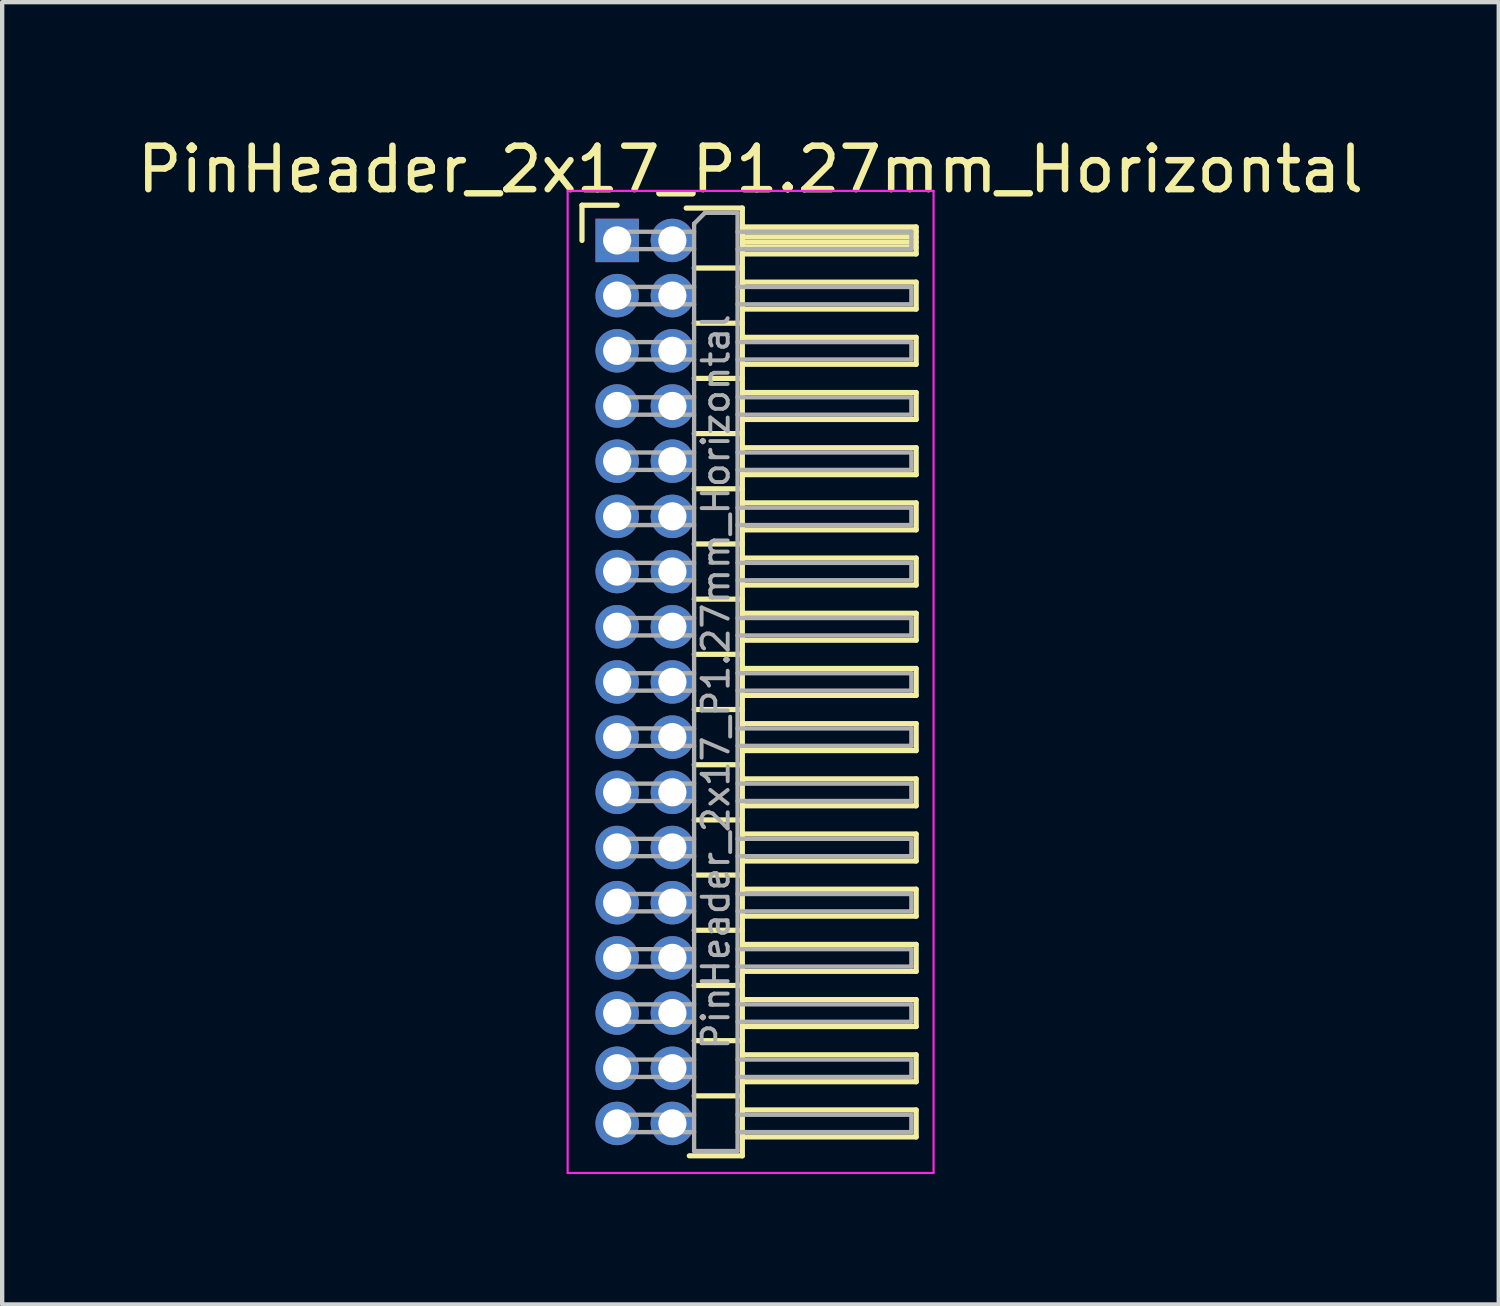
<source format=kicad_pcb>
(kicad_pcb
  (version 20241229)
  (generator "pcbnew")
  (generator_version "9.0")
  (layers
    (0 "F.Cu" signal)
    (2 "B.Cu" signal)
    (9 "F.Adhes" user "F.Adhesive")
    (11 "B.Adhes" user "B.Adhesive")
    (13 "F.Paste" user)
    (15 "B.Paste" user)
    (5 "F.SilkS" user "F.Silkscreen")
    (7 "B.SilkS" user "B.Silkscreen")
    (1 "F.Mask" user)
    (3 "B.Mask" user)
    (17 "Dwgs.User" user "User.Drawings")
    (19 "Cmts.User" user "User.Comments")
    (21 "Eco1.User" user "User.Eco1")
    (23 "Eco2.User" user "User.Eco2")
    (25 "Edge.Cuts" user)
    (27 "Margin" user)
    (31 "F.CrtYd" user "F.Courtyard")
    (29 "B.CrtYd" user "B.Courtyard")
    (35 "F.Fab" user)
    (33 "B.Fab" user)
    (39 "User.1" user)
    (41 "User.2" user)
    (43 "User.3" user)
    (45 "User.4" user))
  (footprint "PinHeader_2x17_P1.27mm_Horizontal"
    (layer "F.Cu")
    (at 11.153 2.483)
    (property "Reference" "PinHeader_2x17_P1.27mm_Horizontal" (at 3.067 -1.635 0) (layer "F.SilkS") (effects (font (size 1 1) (thickness 0.15))))
    (attr through_hole)
    (fp_line (start -0.81 -0.81) (end 0 -0.81) (stroke (width 0.12) (type solid)) (layer "F.SilkS"))
    (fp_line (start -0.81 0) (end -0.81 -0.81) (stroke (width 0.12) (type solid)) (layer "F.SilkS"))
    (fp_line (start 1.588 -0.745) (end 2.88 -0.745) (stroke (width 0.12) (type solid)) (layer "F.SilkS"))
    (fp_line (start 1.773 0.635) (end 2.88 0.635) (stroke (width 0.12) (type solid)) (layer "F.SilkS"))
    (fp_line (start 1.773 1.905) (end 2.88 1.905) (stroke (width 0.12) (type solid)) (layer "F.SilkS"))
    (fp_line (start 1.773 3.175) (end 2.88 3.175) (stroke (width 0.12) (type solid)) (layer "F.SilkS"))
    (fp_line (start 1.773 4.445) (end 2.88 4.445) (stroke (width 0.12) (type solid)) (layer "F.SilkS"))
    (fp_line (start 1.773 5.715) (end 2.88 5.715) (stroke (width 0.12) (type solid)) (layer "F.SilkS"))
    (fp_line (start 1.773 6.985) (end 2.88 6.985) (stroke (width 0.12) (type solid)) (layer "F.SilkS"))
    (fp_line (start 1.773 8.255) (end 2.88 8.255) (stroke (width 0.12) (type solid)) (layer "F.SilkS"))
    (fp_line (start 1.773 9.525) (end 2.88 9.525) (stroke (width 0.12) (type solid)) (layer "F.SilkS"))
    (fp_line (start 1.773 10.795) (end 2.88 10.795) (stroke (width 0.12) (type solid)) (layer "F.SilkS"))
    (fp_line (start 1.773 12.065) (end 2.88 12.065) (stroke (width 0.12) (type solid)) (layer "F.SilkS"))
    (fp_line (start 1.773 13.335) (end 2.88 13.335) (stroke (width 0.12) (type solid)) (layer "F.SilkS"))
    (fp_line (start 1.773 14.605) (end 2.88 14.605) (stroke (width 0.12) (type solid)) (layer "F.SilkS"))
    (fp_line (start 1.773 15.875) (end 2.88 15.875) (stroke (width 0.12) (type solid)) (layer "F.SilkS"))
    (fp_line (start 1.773 17.145) (end 2.88 17.145) (stroke (width 0.12) (type solid)) (layer "F.SilkS"))
    (fp_line (start 1.773 18.415) (end 2.88 18.415) (stroke (width 0.12) (type solid)) (layer "F.SilkS"))
    (fp_line (start 1.773 19.685) (end 2.88 19.685) (stroke (width 0.12) (type solid)) (layer "F.SilkS"))
    (fp_line (start 2.88 -0.745) (end 2.88 21.065) (stroke (width 0.12) (type solid)) (layer "F.SilkS"))
    (fp_line (start 2.88 -0.31) (end 6.88 -0.31) (stroke (width 0.12) (type solid)) (layer "F.SilkS"))
    (fp_line (start 2.88 -0.2) (end 6.88 -0.2) (stroke (width 0.12) (type solid)) (layer "F.SilkS"))
    (fp_line (start 2.88 -0.08) (end 6.88 -0.08) (stroke (width 0.12) (type solid)) (layer "F.SilkS"))
    (fp_line (start 2.88 0.04) (end 6.88 0.04) (stroke (width 0.12) (type solid)) (layer "F.SilkS"))
    (fp_line (start 2.88 0.16) (end 6.88 0.16) (stroke (width 0.12) (type solid)) (layer "F.SilkS"))
    (fp_line (start 2.88 0.96) (end 6.88 0.96) (stroke (width 0.12) (type solid)) (layer "F.SilkS"))
    (fp_line (start 2.88 2.23) (end 6.88 2.23) (stroke (width 0.12) (type solid)) (layer "F.SilkS"))
    (fp_line (start 2.88 3.5) (end 6.88 3.5) (stroke (width 0.12) (type solid)) (layer "F.SilkS"))
    (fp_line (start 2.88 4.77) (end 6.88 4.77) (stroke (width 0.12) (type solid)) (layer "F.SilkS"))
    (fp_line (start 2.88 6.04) (end 6.88 6.04) (stroke (width 0.12) (type solid)) (layer "F.SilkS"))
    (fp_line (start 2.88 7.31) (end 6.88 7.31) (stroke (width 0.12) (type solid)) (layer "F.SilkS"))
    (fp_line (start 2.88 8.58) (end 6.88 8.58) (stroke (width 0.12) (type solid)) (layer "F.SilkS"))
    (fp_line (start 2.88 9.85) (end 6.88 9.85) (stroke (width 0.12) (type solid)) (layer "F.SilkS"))
    (fp_line (start 2.88 11.12) (end 6.88 11.12) (stroke (width 0.12) (type solid)) (layer "F.SilkS"))
    (fp_line (start 2.88 12.39) (end 6.88 12.39) (stroke (width 0.12) (type solid)) (layer "F.SilkS"))
    (fp_line (start 2.88 13.66) (end 6.88 13.66) (stroke (width 0.12) (type solid)) (layer "F.SilkS"))
    (fp_line (start 2.88 14.93) (end 6.88 14.93) (stroke (width 0.12) (type solid)) (layer "F.SilkS"))
    (fp_line (start 2.88 16.2) (end 6.88 16.2) (stroke (width 0.12) (type solid)) (layer "F.SilkS"))
    (fp_line (start 2.88 17.47) (end 6.88 17.47) (stroke (width 0.12) (type solid)) (layer "F.SilkS"))
    (fp_line (start 2.88 18.74) (end 6.88 18.74) (stroke (width 0.12) (type solid)) (layer "F.SilkS"))
    (fp_line (start 2.88 20.01) (end 6.88 20.01) (stroke (width 0.12) (type solid)) (layer "F.SilkS"))
    (fp_line (start 2.88 21.065) (end 1.66 21.065) (stroke (width 0.12) (type solid)) (layer "F.SilkS"))
    (fp_line (start 6.88 -0.31) (end 6.88 0.31) (stroke (width 0.12) (type solid)) (layer "F.SilkS"))
    (fp_line (start 6.88 0.31) (end 2.88 0.31) (stroke (width 0.12) (type solid)) (layer "F.SilkS"))
    (fp_line (start 6.88 0.96) (end 6.88 1.58) (stroke (width 0.12) (type solid)) (layer "F.SilkS"))
    (fp_line (start 6.88 1.58) (end 2.88 1.58) (stroke (width 0.12) (type solid)) (layer "F.SilkS"))
    (fp_line (start 6.88 2.23) (end 6.88 2.85) (stroke (width 0.12) (type solid)) (layer "F.SilkS"))
    (fp_line (start 6.88 2.85) (end 2.88 2.85) (stroke (width 0.12) (type solid)) (layer "F.SilkS"))
    (fp_line (start 6.88 3.5) (end 6.88 4.12) (stroke (width 0.12) (type solid)) (layer "F.SilkS"))
    (fp_line (start 6.88 4.12) (end 2.88 4.12) (stroke (width 0.12) (type solid)) (layer "F.SilkS"))
    (fp_line (start 6.88 4.77) (end 6.88 5.39) (stroke (width 0.12) (type solid)) (layer "F.SilkS"))
    (fp_line (start 6.88 5.39) (end 2.88 5.39) (stroke (width 0.12) (type solid)) (layer "F.SilkS"))
    (fp_line (start 6.88 6.04) (end 6.88 6.66) (stroke (width 0.12) (type solid)) (layer "F.SilkS"))
    (fp_line (start 6.88 6.66) (end 2.88 6.66) (stroke (width 0.12) (type solid)) (layer "F.SilkS"))
    (fp_line (start 6.88 7.31) (end 6.88 7.93) (stroke (width 0.12) (type solid)) (layer "F.SilkS"))
    (fp_line (start 6.88 7.93) (end 2.88 7.93) (stroke (width 0.12) (type solid)) (layer "F.SilkS"))
    (fp_line (start 6.88 8.58) (end 6.88 9.2) (stroke (width 0.12) (type solid)) (layer "F.SilkS"))
    (fp_line (start 6.88 9.2) (end 2.88 9.2) (stroke (width 0.12) (type solid)) (layer "F.SilkS"))
    (fp_line (start 6.88 9.85) (end 6.88 10.47) (stroke (width 0.12) (type solid)) (layer "F.SilkS"))
    (fp_line (start 6.88 10.47) (end 2.88 10.47) (stroke (width 0.12) (type solid)) (layer "F.SilkS"))
    (fp_line (start 6.88 11.12) (end 6.88 11.74) (stroke (width 0.12) (type solid)) (layer "F.SilkS"))
    (fp_line (start 6.88 11.74) (end 2.88 11.74) (stroke (width 0.12) (type solid)) (layer "F.SilkS"))
    (fp_line (start 6.88 12.39) (end 6.88 13.01) (stroke (width 0.12) (type solid)) (layer "F.SilkS"))
    (fp_line (start 6.88 13.01) (end 2.88 13.01) (stroke (width 0.12) (type solid)) (layer "F.SilkS"))
    (fp_line (start 6.88 13.66) (end 6.88 14.28) (stroke (width 0.12) (type solid)) (layer "F.SilkS"))
    (fp_line (start 6.88 14.28) (end 2.88 14.28) (stroke (width 0.12) (type solid)) (layer "F.SilkS"))
    (fp_line (start 6.88 14.93) (end 6.88 15.55) (stroke (width 0.12) (type solid)) (layer "F.SilkS"))
    (fp_line (start 6.88 15.55) (end 2.88 15.55) (stroke (width 0.12) (type solid)) (layer "F.SilkS"))
    (fp_line (start 6.88 16.2) (end 6.88 16.82) (stroke (width 0.12) (type solid)) (layer "F.SilkS"))
    (fp_line (start 6.88 16.82) (end 2.88 16.82) (stroke (width 0.12) (type solid)) (layer "F.SilkS"))
    (fp_line (start 6.88 17.47) (end 6.88 18.09) (stroke (width 0.12) (type solid)) (layer "F.SilkS"))
    (fp_line (start 6.88 18.09) (end 2.88 18.09) (stroke (width 0.12) (type solid)) (layer "F.SilkS"))
    (fp_line (start 6.88 18.74) (end 6.88 19.36) (stroke (width 0.12) (type solid)) (layer "F.SilkS"))
    (fp_line (start 6.88 19.36) (end 2.88 19.36) (stroke (width 0.12) (type solid)) (layer "F.SilkS"))
    (fp_line (start 6.88 20.01) (end 6.88 20.63) (stroke (width 0.12) (type solid)) (layer "F.SilkS"))
    (fp_line (start 6.88 20.63) (end 2.88 20.63) (stroke (width 0.12) (type solid)) (layer "F.SilkS"))
    (fp_line (start -1.14 -1.14) (end -1.14 21.46) (stroke (width 0.05) (type solid)) (layer "F.CrtYd"))
    (fp_line (start -1.14 21.46) (end 7.28 21.46) (stroke (width 0.05) (type solid)) (layer "F.CrtYd"))
    (fp_line (start 7.28 -1.14) (end -1.14 -1.14) (stroke (width 0.05) (type solid)) (layer "F.CrtYd"))
    (fp_line (start 7.28 21.46) (end 7.28 -1.14) (stroke (width 0.05) (type solid)) (layer "F.CrtYd"))
    (fp_line (start -0.2 -0.2) (end -0.2 0.2) (stroke (width 0.1) (type solid)) (layer "F.Fab"))
    (fp_line (start -0.2 -0.2) (end 1.77 -0.2) (stroke (width 0.1) (type solid)) (layer "F.Fab"))
    (fp_line (start -0.2 0.2) (end 1.77 0.2) (stroke (width 0.1) (type solid)) (layer "F.Fab"))
    (fp_line (start -0.2 1.07) (end -0.2 1.47) (stroke (width 0.1) (type solid)) (layer "F.Fab"))
    (fp_line (start -0.2 1.07) (end 1.77 1.07) (stroke (width 0.1) (type solid)) (layer "F.Fab"))
    (fp_line (start -0.2 1.47) (end 1.77 1.47) (stroke (width 0.1) (type solid)) (layer "F.Fab"))
    (fp_line (start -0.2 2.34) (end -0.2 2.74) (stroke (width 0.1) (type solid)) (layer "F.Fab"))
    (fp_line (start -0.2 2.34) (end 1.77 2.34) (stroke (width 0.1) (type solid)) (layer "F.Fab"))
    (fp_line (start -0.2 2.74) (end 1.77 2.74) (stroke (width 0.1) (type solid)) (layer "F.Fab"))
    (fp_line (start -0.2 3.61) (end -0.2 4.01) (stroke (width 0.1) (type solid)) (layer "F.Fab"))
    (fp_line (start -0.2 3.61) (end 1.77 3.61) (stroke (width 0.1) (type solid)) (layer "F.Fab"))
    (fp_line (start -0.2 4.01) (end 1.77 4.01) (stroke (width 0.1) (type solid)) (layer "F.Fab"))
    (fp_line (start -0.2 4.88) (end -0.2 5.28) (stroke (width 0.1) (type solid)) (layer "F.Fab"))
    (fp_line (start -0.2 4.88) (end 1.77 4.88) (stroke (width 0.1) (type solid)) (layer "F.Fab"))
    (fp_line (start -0.2 5.28) (end 1.77 5.28) (stroke (width 0.1) (type solid)) (layer "F.Fab"))
    (fp_line (start -0.2 6.15) (end -0.2 6.55) (stroke (width 0.1) (type solid)) (layer "F.Fab"))
    (fp_line (start -0.2 6.15) (end 1.77 6.15) (stroke (width 0.1) (type solid)) (layer "F.Fab"))
    (fp_line (start -0.2 6.55) (end 1.77 6.55) (stroke (width 0.1) (type solid)) (layer "F.Fab"))
    (fp_line (start -0.2 7.42) (end -0.2 7.82) (stroke (width 0.1) (type solid)) (layer "F.Fab"))
    (fp_line (start -0.2 7.42) (end 1.77 7.42) (stroke (width 0.1) (type solid)) (layer "F.Fab"))
    (fp_line (start -0.2 7.82) (end 1.77 7.82) (stroke (width 0.1) (type solid)) (layer "F.Fab"))
    (fp_line (start -0.2 8.69) (end -0.2 9.09) (stroke (width 0.1) (type solid)) (layer "F.Fab"))
    (fp_line (start -0.2 8.69) (end 1.77 8.69) (stroke (width 0.1) (type solid)) (layer "F.Fab"))
    (fp_line (start -0.2 9.09) (end 1.77 9.09) (stroke (width 0.1) (type solid)) (layer "F.Fab"))
    (fp_line (start -0.2 9.96) (end -0.2 10.36) (stroke (width 0.1) (type solid)) (layer "F.Fab"))
    (fp_line (start -0.2 9.96) (end 1.77 9.96) (stroke (width 0.1) (type solid)) (layer "F.Fab"))
    (fp_line (start -0.2 10.36) (end 1.77 10.36) (stroke (width 0.1) (type solid)) (layer "F.Fab"))
    (fp_line (start -0.2 11.23) (end -0.2 11.63) (stroke (width 0.1) (type solid)) (layer "F.Fab"))
    (fp_line (start -0.2 11.23) (end 1.77 11.23) (stroke (width 0.1) (type solid)) (layer "F.Fab"))
    (fp_line (start -0.2 11.63) (end 1.77 11.63) (stroke (width 0.1) (type solid)) (layer "F.Fab"))
    (fp_line (start -0.2 12.5) (end -0.2 12.9) (stroke (width 0.1) (type solid)) (layer "F.Fab"))
    (fp_line (start -0.2 12.5) (end 1.77 12.5) (stroke (width 0.1) (type solid)) (layer "F.Fab"))
    (fp_line (start -0.2 12.9) (end 1.77 12.9) (stroke (width 0.1) (type solid)) (layer "F.Fab"))
    (fp_line (start -0.2 13.77) (end -0.2 14.17) (stroke (width 0.1) (type solid)) (layer "F.Fab"))
    (fp_line (start -0.2 13.77) (end 1.77 13.77) (stroke (width 0.1) (type solid)) (layer "F.Fab"))
    (fp_line (start -0.2 14.17) (end 1.77 14.17) (stroke (width 0.1) (type solid)) (layer "F.Fab"))
    (fp_line (start -0.2 15.04) (end -0.2 15.44) (stroke (width 0.1) (type solid)) (layer "F.Fab"))
    (fp_line (start -0.2 15.04) (end 1.77 15.04) (stroke (width 0.1) (type solid)) (layer "F.Fab"))
    (fp_line (start -0.2 15.44) (end 1.77 15.44) (stroke (width 0.1) (type solid)) (layer "F.Fab"))
    (fp_line (start -0.2 16.31) (end -0.2 16.71) (stroke (width 0.1) (type solid)) (layer "F.Fab"))
    (fp_line (start -0.2 16.31) (end 1.77 16.31) (stroke (width 0.1) (type solid)) (layer "F.Fab"))
    (fp_line (start -0.2 16.71) (end 1.77 16.71) (stroke (width 0.1) (type solid)) (layer "F.Fab"))
    (fp_line (start -0.2 17.58) (end -0.2 17.98) (stroke (width 0.1) (type solid)) (layer "F.Fab"))
    (fp_line (start -0.2 17.58) (end 1.77 17.58) (stroke (width 0.1) (type solid)) (layer "F.Fab"))
    (fp_line (start -0.2 17.98) (end 1.77 17.98) (stroke (width 0.1) (type solid)) (layer "F.Fab"))
    (fp_line (start -0.2 18.85) (end -0.2 19.25) (stroke (width 0.1) (type solid)) (layer "F.Fab"))
    (fp_line (start -0.2 18.85) (end 1.77 18.85) (stroke (width 0.1) (type solid)) (layer "F.Fab"))
    (fp_line (start -0.2 19.25) (end 1.77 19.25) (stroke (width 0.1) (type solid)) (layer "F.Fab"))
    (fp_line (start -0.2 20.12) (end -0.2 20.52) (stroke (width 0.1) (type solid)) (layer "F.Fab"))
    (fp_line (start -0.2 20.12) (end 1.77 20.12) (stroke (width 0.1) (type solid)) (layer "F.Fab"))
    (fp_line (start -0.2 20.52) (end 1.77 20.52) (stroke (width 0.1) (type solid)) (layer "F.Fab"))
    (fp_line (start 1.77 -0.385) (end 2.02 -0.635) (stroke (width 0.1) (type solid)) (layer "F.Fab"))
    (fp_line (start 1.77 20.955) (end 1.77 -0.385) (stroke (width 0.1) (type solid)) (layer "F.Fab"))
    (fp_line (start 2.02 -0.635) (end 2.77 -0.635) (stroke (width 0.1) (type solid)) (layer "F.Fab"))
    (fp_line (start 2.77 -0.635) (end 2.77 20.955) (stroke (width 0.1) (type solid)) (layer "F.Fab"))
    (fp_line (start 2.77 -0.2) (end 6.77 -0.2) (stroke (width 0.1) (type solid)) (layer "F.Fab"))
    (fp_line (start 2.77 0.2) (end 6.77 0.2) (stroke (width 0.1) (type solid)) (layer "F.Fab"))
    (fp_line (start 2.77 1.07) (end 6.77 1.07) (stroke (width 0.1) (type solid)) (layer "F.Fab"))
    (fp_line (start 2.77 1.47) (end 6.77 1.47) (stroke (width 0.1) (type solid)) (layer "F.Fab"))
    (fp_line (start 2.77 2.34) (end 6.77 2.34) (stroke (width 0.1) (type solid)) (layer "F.Fab"))
    (fp_line (start 2.77 2.74) (end 6.77 2.74) (stroke (width 0.1) (type solid)) (layer "F.Fab"))
    (fp_line (start 2.77 3.61) (end 6.77 3.61) (stroke (width 0.1) (type solid)) (layer "F.Fab"))
    (fp_line (start 2.77 4.01) (end 6.77 4.01) (stroke (width 0.1) (type solid)) (layer "F.Fab"))
    (fp_line (start 2.77 4.88) (end 6.77 4.88) (stroke (width 0.1) (type solid)) (layer "F.Fab"))
    (fp_line (start 2.77 5.28) (end 6.77 5.28) (stroke (width 0.1) (type solid)) (layer "F.Fab"))
    (fp_line (start 2.77 6.15) (end 6.77 6.15) (stroke (width 0.1) (type solid)) (layer "F.Fab"))
    (fp_line (start 2.77 6.55) (end 6.77 6.55) (stroke (width 0.1) (type solid)) (layer "F.Fab"))
    (fp_line (start 2.77 7.42) (end 6.77 7.42) (stroke (width 0.1) (type solid)) (layer "F.Fab"))
    (fp_line (start 2.77 7.82) (end 6.77 7.82) (stroke (width 0.1) (type solid)) (layer "F.Fab"))
    (fp_line (start 2.77 8.69) (end 6.77 8.69) (stroke (width 0.1) (type solid)) (layer "F.Fab"))
    (fp_line (start 2.77 9.09) (end 6.77 9.09) (stroke (width 0.1) (type solid)) (layer "F.Fab"))
    (fp_line (start 2.77 9.96) (end 6.77 9.96) (stroke (width 0.1) (type solid)) (layer "F.Fab"))
    (fp_line (start 2.77 10.36) (end 6.77 10.36) (stroke (width 0.1) (type solid)) (layer "F.Fab"))
    (fp_line (start 2.77 11.23) (end 6.77 11.23) (stroke (width 0.1) (type solid)) (layer "F.Fab"))
    (fp_line (start 2.77 11.63) (end 6.77 11.63) (stroke (width 0.1) (type solid)) (layer "F.Fab"))
    (fp_line (start 2.77 12.5) (end 6.77 12.5) (stroke (width 0.1) (type solid)) (layer "F.Fab"))
    (fp_line (start 2.77 12.9) (end 6.77 12.9) (stroke (width 0.1) (type solid)) (layer "F.Fab"))
    (fp_line (start 2.77 13.77) (end 6.77 13.77) (stroke (width 0.1) (type solid)) (layer "F.Fab"))
    (fp_line (start 2.77 14.17) (end 6.77 14.17) (stroke (width 0.1) (type solid)) (layer "F.Fab"))
    (fp_line (start 2.77 15.04) (end 6.77 15.04) (stroke (width 0.1) (type solid)) (layer "F.Fab"))
    (fp_line (start 2.77 15.44) (end 6.77 15.44) (stroke (width 0.1) (type solid)) (layer "F.Fab"))
    (fp_line (start 2.77 16.31) (end 6.77 16.31) (stroke (width 0.1) (type solid)) (layer "F.Fab"))
    (fp_line (start 2.77 16.71) (end 6.77 16.71) (stroke (width 0.1) (type solid)) (layer "F.Fab"))
    (fp_line (start 2.77 17.58) (end 6.77 17.58) (stroke (width 0.1) (type solid)) (layer "F.Fab"))
    (fp_line (start 2.77 17.98) (end 6.77 17.98) (stroke (width 0.1) (type solid)) (layer "F.Fab"))
    (fp_line (start 2.77 18.85) (end 6.77 18.85) (stroke (width 0.1) (type solid)) (layer "F.Fab"))
    (fp_line (start 2.77 19.25) (end 6.77 19.25) (stroke (width 0.1) (type solid)) (layer "F.Fab"))
    (fp_line (start 2.77 20.12) (end 6.77 20.12) (stroke (width 0.1) (type solid)) (layer "F.Fab"))
    (fp_line (start 2.77 20.52) (end 6.77 20.52) (stroke (width 0.1) (type solid)) (layer "F.Fab"))
    (fp_line (start 2.77 20.955) (end 1.77 20.955) (stroke (width 0.1) (type solid)) (layer "F.Fab"))
    (fp_line (start 6.77 -0.2) (end 6.77 0.2) (stroke (width 0.1) (type solid)) (layer "F.Fab"))
    (fp_line (start 6.77 1.07) (end 6.77 1.47) (stroke (width 0.1) (type solid)) (layer "F.Fab"))
    (fp_line (start 6.77 2.34) (end 6.77 2.74) (stroke (width 0.1) (type solid)) (layer "F.Fab"))
    (fp_line (start 6.77 3.61) (end 6.77 4.01) (stroke (width 0.1) (type solid)) (layer "F.Fab"))
    (fp_line (start 6.77 4.88) (end 6.77 5.28) (stroke (width 0.1) (type solid)) (layer "F.Fab"))
    (fp_line (start 6.77 6.15) (end 6.77 6.55) (stroke (width 0.1) (type solid)) (layer "F.Fab"))
    (fp_line (start 6.77 7.42) (end 6.77 7.82) (stroke (width 0.1) (type solid)) (layer "F.Fab"))
    (fp_line (start 6.77 8.69) (end 6.77 9.09) (stroke (width 0.1) (type solid)) (layer "F.Fab"))
    (fp_line (start 6.77 9.96) (end 6.77 10.36) (stroke (width 0.1) (type solid)) (layer "F.Fab"))
    (fp_line (start 6.77 11.23) (end 6.77 11.63) (stroke (width 0.1) (type solid)) (layer "F.Fab"))
    (fp_line (start 6.77 12.5) (end 6.77 12.9) (stroke (width 0.1) (type solid)) (layer "F.Fab"))
    (fp_line (start 6.77 13.77) (end 6.77 14.17) (stroke (width 0.1) (type solid)) (layer "F.Fab"))
    (fp_line (start 6.77 15.04) (end 6.77 15.44) (stroke (width 0.1) (type solid)) (layer "F.Fab"))
    (fp_line (start 6.77 16.31) (end 6.77 16.71) (stroke (width 0.1) (type solid)) (layer "F.Fab"))
    (fp_line (start 6.77 17.58) (end 6.77 17.98) (stroke (width 0.1) (type solid)) (layer "F.Fab"))
    (fp_line (start 6.77 18.85) (end 6.77 19.25) (stroke (width 0.1) (type solid)) (layer "F.Fab"))
    (fp_line (start 6.77 20.12) (end 6.77 20.52) (stroke (width 0.1) (type solid)) (layer "F.Fab"))
    (fp_text user "${REFERENCE}" (at 2.27 10.16 90) (layer "F.Fab") (effects (font (size 0.6 0.6) (thickness 0.09))))
    (pad "1" thru_hole rect (at 0 0) (size 1 1) (drill 0.65) (layers "*.Cu" "*.Mask"))
    (pad "2" thru_hole circle (at 1.27 0) (size 1 1) (drill 0.65) (layers "*.Cu" "*.Mask"))
    (pad "3" thru_hole circle (at 0 1.27) (size 1 1) (drill 0.65) (layers "*.Cu" "*.Mask"))
    (pad "4" thru_hole circle (at 1.27 1.27) (size 1 1) (drill 0.65) (layers "*.Cu" "*.Mask"))
    (pad "5" thru_hole circle (at 0 2.54) (size 1 1) (drill 0.65) (layers "*.Cu" "*.Mask"))
    (pad "6" thru_hole circle (at 1.27 2.54) (size 1 1) (drill 0.65) (layers "*.Cu" "*.Mask"))
    (pad "7" thru_hole circle (at 0 3.81) (size 1 1) (drill 0.65) (layers "*.Cu" "*.Mask"))
    (pad "8" thru_hole circle (at 1.27 3.81) (size 1 1) (drill 0.65) (layers "*.Cu" "*.Mask"))
    (pad "9" thru_hole circle (at 0 5.08) (size 1 1) (drill 0.65) (layers "*.Cu" "*.Mask"))
    (pad "10" thru_hole circle (at 1.27 5.08) (size 1 1) (drill 0.65) (layers "*.Cu" "*.Mask"))
    (pad "11" thru_hole circle (at 0 6.35) (size 1 1) (drill 0.65) (layers "*.Cu" "*.Mask"))
    (pad "12" thru_hole circle (at 1.27 6.35) (size 1 1) (drill 0.65) (layers "*.Cu" "*.Mask"))
    (pad "13" thru_hole circle (at 0 7.62) (size 1 1) (drill 0.65) (layers "*.Cu" "*.Mask"))
    (pad "14" thru_hole circle (at 1.27 7.62) (size 1 1) (drill 0.65) (layers "*.Cu" "*.Mask"))
    (pad "15" thru_hole circle (at 0 8.89) (size 1 1) (drill 0.65) (layers "*.Cu" "*.Mask"))
    (pad "16" thru_hole circle (at 1.27 8.89) (size 1 1) (drill 0.65) (layers "*.Cu" "*.Mask"))
    (pad "17" thru_hole circle (at 0 10.16) (size 1 1) (drill 0.65) (layers "*.Cu" "*.Mask"))
    (pad "18" thru_hole circle (at 1.27 10.16) (size 1 1) (drill 0.65) (layers "*.Cu" "*.Mask"))
    (pad "19" thru_hole circle (at 0 11.43) (size 1 1) (drill 0.65) (layers "*.Cu" "*.Mask"))
    (pad "20" thru_hole circle (at 1.27 11.43) (size 1 1) (drill 0.65) (layers "*.Cu" "*.Mask"))
    (pad "21" thru_hole circle (at 0 12.7) (size 1 1) (drill 0.65) (layers "*.Cu" "*.Mask"))
    (pad "22" thru_hole circle (at 1.27 12.7) (size 1 1) (drill 0.65) (layers "*.Cu" "*.Mask"))
    (pad "23" thru_hole circle (at 0 13.97) (size 1 1) (drill 0.65) (layers "*.Cu" "*.Mask"))
    (pad "24" thru_hole circle (at 1.27 13.97) (size 1 1) (drill 0.65) (layers "*.Cu" "*.Mask"))
    (pad "25" thru_hole circle (at 0 15.24) (size 1 1) (drill 0.65) (layers "*.Cu" "*.Mask"))
    (pad "26" thru_hole circle (at 1.27 15.24) (size 1 1) (drill 0.65) (layers "*.Cu" "*.Mask"))
    (pad "27" thru_hole circle (at 0 16.51) (size 1 1) (drill 0.65) (layers "*.Cu" "*.Mask"))
    (pad "28" thru_hole circle (at 1.27 16.51) (size 1 1) (drill 0.65) (layers "*.Cu" "*.Mask"))
    (pad "29" thru_hole circle (at 0 17.78) (size 1 1) (drill 0.65) (layers "*.Cu" "*.Mask"))
    (pad "30" thru_hole circle (at 1.27 17.78) (size 1 1) (drill 0.65) (layers "*.Cu" "*.Mask"))
    (pad "31" thru_hole circle (at 0 19.05) (size 1 1) (drill 0.65) (layers "*.Cu" "*.Mask"))
    (pad "32" thru_hole circle (at 1.27 19.05) (size 1 1) (drill 0.65) (layers "*.Cu" "*.Mask"))
    (pad "33" thru_hole circle (at 0 20.32) (size 1 1) (drill 0.65) (layers "*.Cu" "*.Mask"))
    (pad "34" thru_hole circle (at 1.27 20.32) (size 1 1) (drill 0.65) (layers "*.Cu" "*.Mask")))
  (gr_rect
    (start -3 -3)
    (end 31.44 26.968)
    (stroke (width 0.1) (type default))
    (fill no)
    (layer "Edge.Cuts")))
</source>
